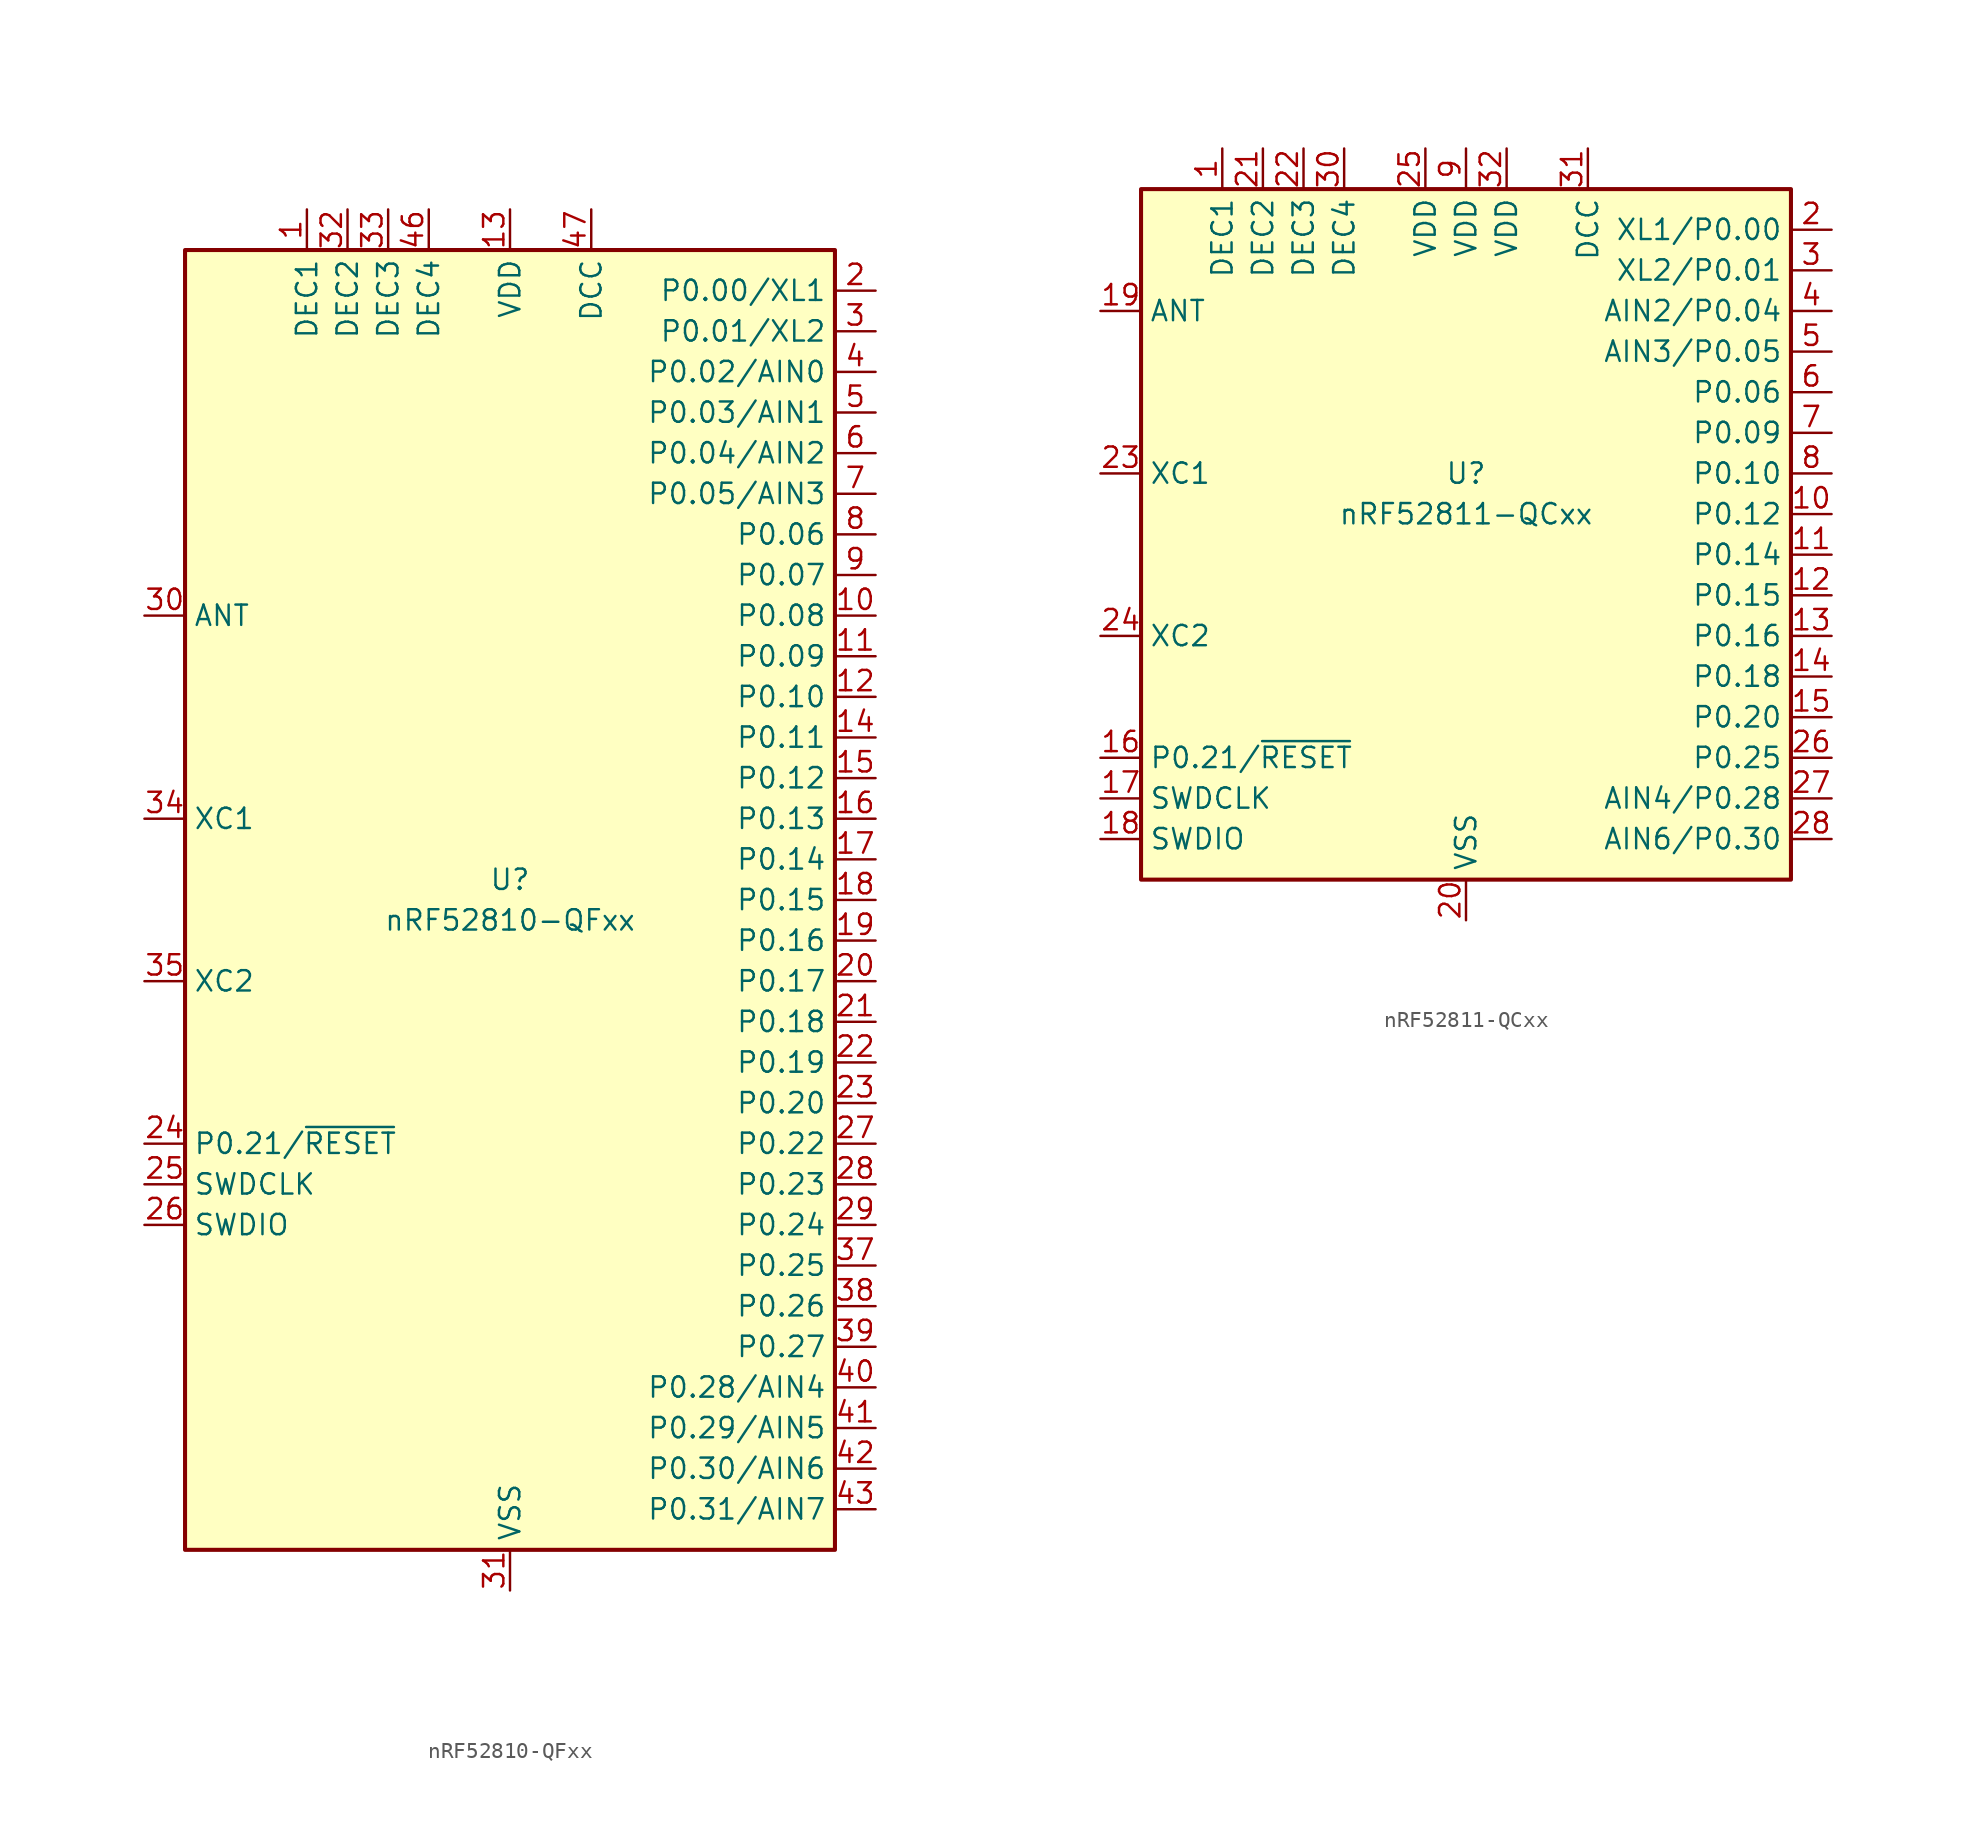
<source format=kicad_sym>
(kicad_symbol_lib
  (version 20201005)
  (generator kicad_symbol_editor)
  (symbol "MCU_Nordic:nRF52810-QFxx"
    (property "Reference" "U"
      (at 0 1.27 0)
      (effects (font (size 1.27 1.27))))
    (property "Value" "nRF52810-QFxx"
      (at 0 -1.27 0)
      (effects (font (size 1.27 1.27))))
    (symbol "nRF52810-QFxx_0_1"
      (rectangle (start -20.32 40.64) (end 20.32 -40.64) (stroke (width 0.254)) (fill (type background))))
    (symbol "nRF52810-QFxx_1_1"
      (pin passive line (at -12.7 43.18 270) (length 2.54) (name "DEC1" (effects (font (size 1.27 1.27)))) (number "1" (effects (font (size 1.27 1.27)))))
      (pin bidirectional line (at 22.86 17.78 180) (length 2.54) (name "P0.08" (effects (font (size 1.27 1.27)))) (number "10" (effects (font (size 1.27 1.27)))))
      (pin bidirectional line (at 22.86 15.24 180) (length 2.54) (name "P0.09" (effects (font (size 1.27 1.27)))) (number "11" (effects (font (size 1.27 1.27)))))
      (pin bidirectional line (at 22.86 12.7 180) (length 2.54) (name "P0.10" (effects (font (size 1.27 1.27)))) (number "12" (effects (font (size 1.27 1.27)))))
      (pin power_in line (at 0 43.18 270) (length 2.54) (name "VDD" (effects (font (size 1.27 1.27)))) (number "13" (effects (font (size 1.27 1.27)))))
      (pin bidirectional line (at 22.86 10.16 180) (length 2.54) (name "P0.11" (effects (font (size 1.27 1.27)))) (number "14" (effects (font (size 1.27 1.27)))))
      (pin bidirectional line (at 22.86 7.62 180) (length 2.54) (name "P0.12" (effects (font (size 1.27 1.27)))) (number "15" (effects (font (size 1.27 1.27)))))
      (pin bidirectional line (at 22.86 5.08 180) (length 2.54) (name "P0.13" (effects (font (size 1.27 1.27)))) (number "16" (effects (font (size 1.27 1.27)))))
      (pin bidirectional line (at 22.86 2.54 180) (length 2.54) (name "P0.14" (effects (font (size 1.27 1.27)))) (number "17" (effects (font (size 1.27 1.27)))))
      (pin bidirectional line (at 22.86 0 180) (length 2.54) (name "P0.15" (effects (font (size 1.27 1.27)))) (number "18" (effects (font (size 1.27 1.27)))))
      (pin bidirectional line (at 22.86 -2.54 180) (length 2.54) (name "P0.16" (effects (font (size 1.27 1.27)))) (number "19" (effects (font (size 1.27 1.27)))))
      (pin bidirectional line (at 22.86 38.1 180) (length 2.54) (name "P0.00/XL1" (effects (font (size 1.27 1.27)))) (number "2" (effects (font (size 1.27 1.27)))))
      (pin bidirectional line (at 22.86 -5.08 180) (length 2.54) (name "P0.17" (effects (font (size 1.27 1.27)))) (number "20" (effects (font (size 1.27 1.27)))))
      (pin bidirectional line (at 22.86 -7.62 180) (length 2.54) (name "P0.18" (effects (font (size 1.27 1.27)))) (number "21" (effects (font (size 1.27 1.27)))))
      (pin bidirectional line (at 22.86 -10.16 180) (length 2.54) (name "P0.19" (effects (font (size 1.27 1.27)))) (number "22" (effects (font (size 1.27 1.27)))))
      (pin bidirectional line (at 22.86 -12.7 180) (length 2.54) (name "P0.20" (effects (font (size 1.27 1.27)))) (number "23" (effects (font (size 1.27 1.27)))))
      (pin bidirectional line (at -22.86 -15.24 0) (length 2.54) (name "P0.21/~RESET" (effects (font (size 1.27 1.27)))) (number "24" (effects (font (size 1.27 1.27)))))
      (pin input line (at -22.86 -17.78 0) (length 2.54) (name "SWDCLK" (effects (font (size 1.27 1.27)))) (number "25" (effects (font (size 1.27 1.27)))))
      (pin bidirectional line (at -22.86 -20.32 0) (length 2.54) (name "SWDIO" (effects (font (size 1.27 1.27)))) (number "26" (effects (font (size 1.27 1.27)))))
      (pin bidirectional line (at 22.86 -15.24 180) (length 2.54) (name "P0.22" (effects (font (size 1.27 1.27)))) (number "27" (effects (font (size 1.27 1.27)))))
      (pin bidirectional line (at 22.86 -17.78 180) (length 2.54) (name "P0.23" (effects (font (size 1.27 1.27)))) (number "28" (effects (font (size 1.27 1.27)))))
      (pin bidirectional line (at 22.86 -20.32 180) (length 2.54) (name "P0.24" (effects (font (size 1.27 1.27)))) (number "29" (effects (font (size 1.27 1.27)))))
      (pin bidirectional line (at 22.86 35.56 180) (length 2.54) (name "P0.01/XL2" (effects (font (size 1.27 1.27)))) (number "3" (effects (font (size 1.27 1.27)))))
      (pin passive line (at -22.86 17.78 0) (length 2.54) (name "ANT" (effects (font (size 1.27 1.27)))) (number "30" (effects (font (size 1.27 1.27)))))
      (pin power_in line (at 0 -43.18 90) (length 2.54) (name "VSS" (effects (font (size 1.27 1.27)))) (number "31" (effects (font (size 1.27 1.27)))))
      (pin passive line (at -10.16 43.18 270) (length 2.54) (name "DEC2" (effects (font (size 1.27 1.27)))) (number "32" (effects (font (size 1.27 1.27)))))
      (pin passive line (at -7.62 43.18 270) (length 2.54) (name "DEC3" (effects (font (size 1.27 1.27)))) (number "33" (effects (font (size 1.27 1.27)))))
      (pin input line (at -22.86 5.08 0) (length 2.54) (name "XC1" (effects (font (size 1.27 1.27)))) (number "34" (effects (font (size 1.27 1.27)))))
      (pin input line (at -22.86 -5.08 0) (length 2.54) (name "XC2" (effects (font (size 1.27 1.27)))) (number "35" (effects (font (size 1.27 1.27)))))
      (pin passive line (at 0 43.18 270) (length 2.54) hide (name "VDD" (effects (font (size 1.27 1.27)))) (number "36" (effects (font (size 1.27 1.27)))))
      (pin bidirectional line (at 22.86 -22.86 180) (length 2.54) (name "P0.25" (effects (font (size 1.27 1.27)))) (number "37" (effects (font (size 1.27 1.27)))))
      (pin bidirectional line (at 22.86 -25.4 180) (length 2.54) (name "P0.26" (effects (font (size 1.27 1.27)))) (number "38" (effects (font (size 1.27 1.27)))))
      (pin bidirectional line (at 22.86 -27.94 180) (length 2.54) (name "P0.27" (effects (font (size 1.27 1.27)))) (number "39" (effects (font (size 1.27 1.27)))))
      (pin bidirectional line (at 22.86 33.02 180) (length 2.54) (name "P0.02/AIN0" (effects (font (size 1.27 1.27)))) (number "4" (effects (font (size 1.27 1.27)))))
      (pin bidirectional line (at 22.86 -30.48 180) (length 2.54) (name "P0.28/AIN4" (effects (font (size 1.27 1.27)))) (number "40" (effects (font (size 1.27 1.27)))))
      (pin bidirectional line (at 22.86 -33.02 180) (length 2.54) (name "P0.29/AIN5" (effects (font (size 1.27 1.27)))) (number "41" (effects (font (size 1.27 1.27)))))
      (pin bidirectional line (at 22.86 -35.56 180) (length 2.54) (name "P0.30/AIN6" (effects (font (size 1.27 1.27)))) (number "42" (effects (font (size 1.27 1.27)))))
      (pin bidirectional line (at 22.86 -38.1 180) (length 2.54) (name "P0.31/AIN7" (effects (font (size 1.27 1.27)))) (number "43" (effects (font (size 1.27 1.27)))))
      (pin no_connect line (at -20.32 -30.48 0) (length 2.54) hide (name "NC" (effects (font (size 1.27 1.27)))) (number "44" (effects (font (size 1.27 1.27)))))
      (pin passive line (at 0 -43.18 90) (length 2.54) hide (name "VSS" (effects (font (size 1.27 1.27)))) (number "45" (effects (font (size 1.27 1.27)))))
      (pin passive line (at -5.08 43.18 270) (length 2.54) (name "DEC4" (effects (font (size 1.27 1.27)))) (number "46" (effects (font (size 1.27 1.27)))))
      (pin power_out line (at 5.08 43.18 270) (length 2.54) (name "DCC" (effects (font (size 1.27 1.27)))) (number "47" (effects (font (size 1.27 1.27)))))
      (pin passive line (at 0 43.18 270) (length 2.54) hide (name "VDD" (effects (font (size 1.27 1.27)))) (number "48" (effects (font (size 1.27 1.27)))))
      (pin passive line (at 0 -43.18 90) (length 2.54) hide (name "VSS" (effects (font (size 1.27 1.27)))) (number "49" (effects (font (size 1.27 1.27)))))
      (pin bidirectional line (at 22.86 30.48 180) (length 2.54) (name "P0.03/AIN1" (effects (font (size 1.27 1.27)))) (number "5" (effects (font (size 1.27 1.27)))))
      (pin bidirectional line (at 22.86 27.94 180) (length 2.54) (name "P0.04/AIN2" (effects (font (size 1.27 1.27)))) (number "6" (effects (font (size 1.27 1.27)))))
      (pin bidirectional line (at 22.86 25.4 180) (length 2.54) (name "P0.05/AIN3" (effects (font (size 1.27 1.27)))) (number "7" (effects (font (size 1.27 1.27)))))
      (pin bidirectional line (at 22.86 22.86 180) (length 2.54) (name "P0.06" (effects (font (size 1.27 1.27)))) (number "8" (effects (font (size 1.27 1.27)))))
      (pin bidirectional line (at 22.86 20.32 180) (length 2.54) (name "P0.07" (effects (font (size 1.27 1.27)))) (number "9" (effects (font (size 1.27 1.27)))))))
  (symbol "MCU_Nordic:nRF52811-QCxx"
    (property "Reference" "U"
      (at 0 5.08 0)
      (effects (font (size 1.27 1.27))))
    (property "Value" "nRF52811-QCxx"
      (at 0 2.54 0)
      (effects (font (size 1.27 1.27))))
    (symbol "nRF52811-QCxx_0_1"
      (rectangle (start -20.32 22.86) (end 20.32 -20.32) (stroke (width 0.254)) (fill (type background))))
    (symbol "nRF52811-QCxx_1_1"
      (pin passive line (at -15.24 25.4 270) (length 2.54) (name "DEC1" (effects (font (size 1.27 1.27)))) (number "1" (effects (font (size 1.27 1.27)))))
      (pin bidirectional line (at 22.86 2.54 180) (length 2.54) (name "P0.12" (effects (font (size 1.27 1.27)))) (number "10" (effects (font (size 1.27 1.27)))))
      (pin bidirectional line (at 22.86 0 180) (length 2.54) (name "P0.14" (effects (font (size 1.27 1.27)))) (number "11" (effects (font (size 1.27 1.27)))))
      (pin bidirectional line (at 22.86 -2.54 180) (length 2.54) (name "P0.15" (effects (font (size 1.27 1.27)))) (number "12" (effects (font (size 1.27 1.27)))))
      (pin bidirectional line (at 22.86 -5.08 180) (length 2.54) (name "P0.16" (effects (font (size 1.27 1.27)))) (number "13" (effects (font (size 1.27 1.27)))))
      (pin bidirectional line (at 22.86 -7.62 180) (length 2.54) (name "P0.18" (effects (font (size 1.27 1.27)))) (number "14" (effects (font (size 1.27 1.27)))))
      (pin bidirectional line (at 22.86 -10.16 180) (length 2.54) (name "P0.20" (effects (font (size 1.27 1.27)))) (number "15" (effects (font (size 1.27 1.27)))))
      (pin bidirectional line (at -22.86 -12.7 0) (length 2.54) (name "P0.21/~RESET" (effects (font (size 1.27 1.27)))) (number "16" (effects (font (size 1.27 1.27)))))
      (pin input line (at -22.86 -15.24 0) (length 2.54) (name "SWDCLK" (effects (font (size 1.27 1.27)))) (number "17" (effects (font (size 1.27 1.27)))))
      (pin bidirectional line (at -22.86 -17.78 0) (length 2.54) (name "SWDIO" (effects (font (size 1.27 1.27)))) (number "18" (effects (font (size 1.27 1.27)))))
      (pin passive line (at -22.86 15.24 0) (length 2.54) (name "ANT" (effects (font (size 1.27 1.27)))) (number "19" (effects (font (size 1.27 1.27)))))
      (pin bidirectional line (at 22.86 20.32 180) (length 2.54) (name "XL1/P0.00" (effects (font (size 1.27 1.27)))) (number "2" (effects (font (size 1.27 1.27)))))
      (pin power_in line (at 0 -22.86 90) (length 2.54) (name "VSS" (effects (font (size 1.27 1.27)))) (number "20" (effects (font (size 1.27 1.27)))))
      (pin passive line (at -12.7 25.4 270) (length 2.54) (name "DEC2" (effects (font (size 1.27 1.27)))) (number "21" (effects (font (size 1.27 1.27)))))
      (pin passive line (at -10.16 25.4 270) (length 2.54) (name "DEC3" (effects (font (size 1.27 1.27)))) (number "22" (effects (font (size 1.27 1.27)))))
      (pin input line (at -22.86 5.08 0) (length 2.54) (name "XC1" (effects (font (size 1.27 1.27)))) (number "23" (effects (font (size 1.27 1.27)))))
      (pin input line (at -22.86 -5.08 0) (length 2.54) (name "XC2" (effects (font (size 1.27 1.27)))) (number "24" (effects (font (size 1.27 1.27)))))
      (pin power_in line (at -2.54 25.4 270) (length 2.54) (name "VDD" (effects (font (size 1.27 1.27)))) (number "25" (effects (font (size 1.27 1.27)))))
      (pin bidirectional line (at 22.86 -12.7 180) (length 2.54) (name "P0.25" (effects (font (size 1.27 1.27)))) (number "26" (effects (font (size 1.27 1.27)))))
      (pin bidirectional line (at 22.86 -15.24 180) (length 2.54) (name "AIN4/P0.28" (effects (font (size 1.27 1.27)))) (number "27" (effects (font (size 1.27 1.27)))))
      (pin bidirectional line (at 22.86 -17.78 180) (length 2.54) (name "AIN6/P0.30" (effects (font (size 1.27 1.27)))) (number "28" (effects (font (size 1.27 1.27)))))
      (pin passive line (at 0 -22.86 90) (length 2.54) hide (name "VSS" (effects (font (size 1.27 1.27)))) (number "29" (effects (font (size 1.27 1.27)))))
      (pin bidirectional line (at 22.86 17.78 180) (length 2.54) (name "XL2/P0.01" (effects (font (size 1.27 1.27)))) (number "3" (effects (font (size 1.27 1.27)))))
      (pin passive line (at -7.62 25.4 270) (length 2.54) (name "DEC4" (effects (font (size 1.27 1.27)))) (number "30" (effects (font (size 1.27 1.27)))))
      (pin power_out line (at 7.62 25.4 270) (length 2.54) (name "DCC" (effects (font (size 1.27 1.27)))) (number "31" (effects (font (size 1.27 1.27)))))
      (pin power_in line (at 2.54 25.4 270) (length 2.54) (name "VDD" (effects (font (size 1.27 1.27)))) (number "32" (effects (font (size 1.27 1.27)))))
      (pin passive line (at 0 -22.86 90) (length 2.54) hide (name "VSS" (effects (font (size 1.27 1.27)))) (number "33" (effects (font (size 1.27 1.27)))))
      (pin bidirectional line (at 22.86 15.24 180) (length 2.54) (name "AIN2/P0.04" (effects (font (size 1.27 1.27)))) (number "4" (effects (font (size 1.27 1.27)))))
      (pin bidirectional line (at 22.86 12.7 180) (length 2.54) (name "AIN3/P0.05" (effects (font (size 1.27 1.27)))) (number "5" (effects (font (size 1.27 1.27)))))
      (pin bidirectional line (at 22.86 10.16 180) (length 2.54) (name "P0.06" (effects (font (size 1.27 1.27)))) (number "6" (effects (font (size 1.27 1.27)))))
      (pin bidirectional line (at 22.86 7.62 180) (length 2.54) (name "P0.09" (effects (font (size 1.27 1.27)))) (number "7" (effects (font (size 1.27 1.27)))))
      (pin bidirectional line (at 22.86 5.08 180) (length 2.54) (name "P0.10" (effects (font (size 1.27 1.27)))) (number "8" (effects (font (size 1.27 1.27)))))
      (pin power_in line (at 0 25.4 270) (length 2.54) (name "VDD" (effects (font (size 1.27 1.27)))) (number "9" (effects (font (size 1.27 1.27))))))))
</source>
